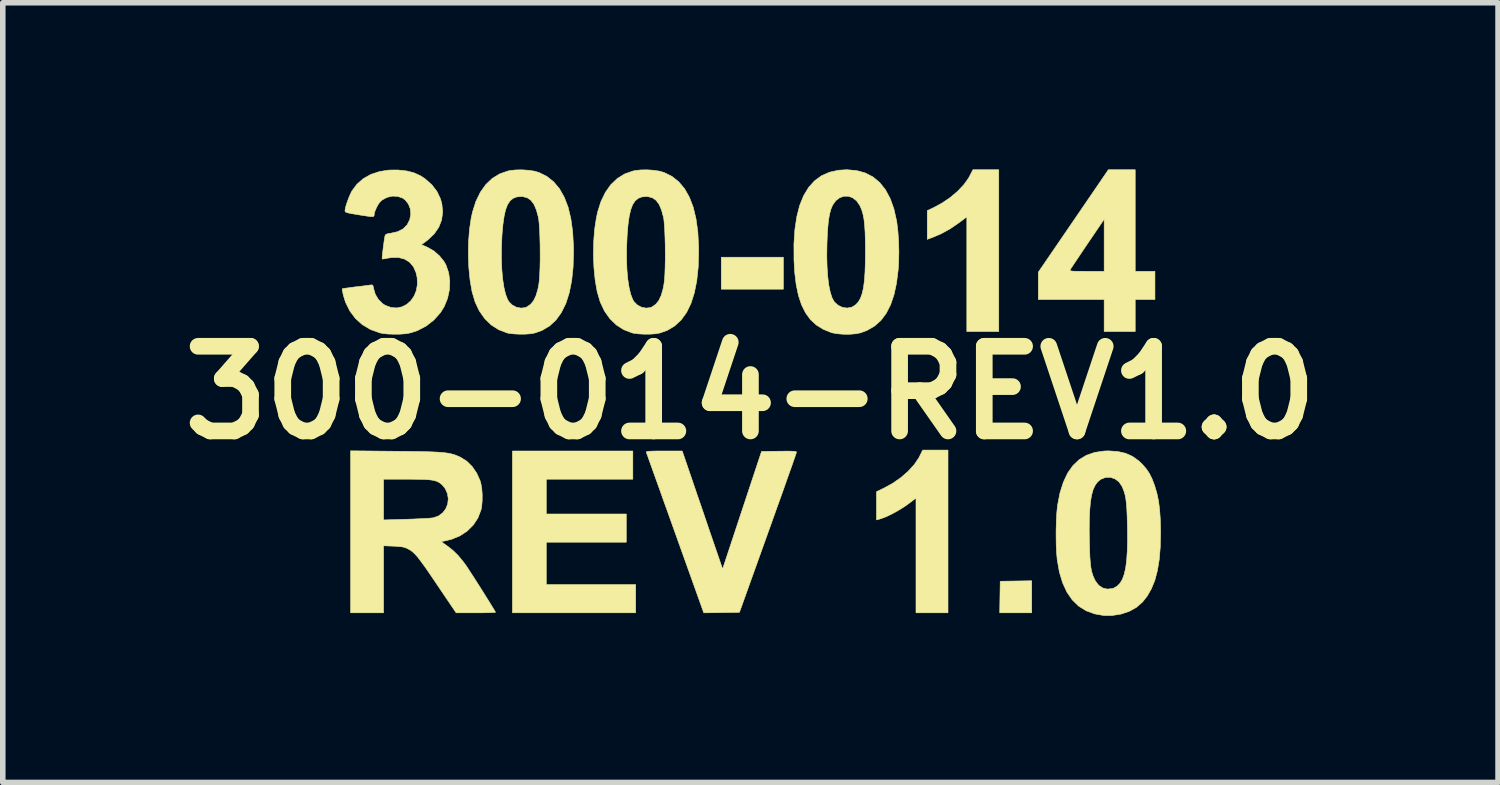
<source format=kicad_pcb>
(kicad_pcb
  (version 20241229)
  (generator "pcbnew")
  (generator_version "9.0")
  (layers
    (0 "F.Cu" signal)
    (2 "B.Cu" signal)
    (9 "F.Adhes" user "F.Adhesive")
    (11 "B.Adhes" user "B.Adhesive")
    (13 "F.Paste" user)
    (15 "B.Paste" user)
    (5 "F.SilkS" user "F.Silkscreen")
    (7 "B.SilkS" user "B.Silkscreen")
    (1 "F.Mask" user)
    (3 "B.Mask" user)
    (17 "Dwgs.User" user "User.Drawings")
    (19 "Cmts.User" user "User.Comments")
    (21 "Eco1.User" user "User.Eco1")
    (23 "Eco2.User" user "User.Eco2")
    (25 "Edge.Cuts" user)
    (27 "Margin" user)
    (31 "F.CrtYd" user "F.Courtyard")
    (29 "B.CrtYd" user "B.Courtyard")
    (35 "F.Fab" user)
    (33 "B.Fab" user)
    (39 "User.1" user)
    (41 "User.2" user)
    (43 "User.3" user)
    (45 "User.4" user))
  (footprint "300-014-REV1.0"
    (layer "F.Cu")
    (at 10.458 4.018)
    (property "Reference" "300-014-REV1.0" (at 0 0 0) (layer "F.SilkS") (effects (font (size 1.524 1.524) (thickness 0.3))))
    (attr through_hole)
    (fp_poly (pts (xy 0.593 -1.863) (xy -0.525 -1.863) (xy -0.525 -2.438) (xy 0.593 -2.438) (xy 0.593 -1.863)) (stroke (width 0.01) (type solid)) (fill yes) (layer "F.SilkS"))
    (fp_poly (pts (xy 5.063 3.962) (xy 4.487 3.962) (xy 4.496 3.395) (xy 5.063 3.386) (xy 5.063 3.962)) (stroke (width 0.01) (type solid)) (fill yes) (layer "F.SilkS"))
    (fp_poly (pts (xy -2.117 1.558) (xy -3.675 1.558) (xy -3.675 2.184) (xy -2.235 2.184) (xy -2.235 2.692) (xy -3.675 2.692) (xy -3.675 3.454) (xy -2.066 3.454) (xy -2.066 3.962) (xy -4.284 3.962) (xy -4.284 1.05) (xy -2.117 1.05) (xy -2.117 1.558)) (stroke (width 0.01) (type solid)) (fill yes) (layer "F.SilkS"))
    (fp_poly (pts (xy 4.47 -1.101) (xy 3.895 -1.101) (xy 3.895 -3.165) (xy 3.755 -3.06) (xy 3.592 -2.948) (xy 3.431 -2.86) (xy 3.295 -2.802) (xy 3.183 -2.76) (xy 3.183 -3.277) (xy 3.298 -3.331) (xy 3.452 -3.415) (xy 3.598 -3.514) (xy 3.729 -3.625) (xy 3.839 -3.741) (xy 3.924 -3.858) (xy 3.946 -3.899) (xy 4.005 -4.013) (xy 4.238 -4.013) (xy 4.47 -4.013) (xy 4.47 -1.101)) (stroke (width 0.01) (type solid)) (fill yes) (layer "F.SilkS"))
    (fp_poly (pts (xy 3.556 3.962) (xy 2.98 3.962) (xy 2.98 1.896) (xy 2.874 1.978) (xy 2.776 2.049) (xy 2.666 2.117) (xy 2.553 2.18) (xy 2.445 2.232) (xy 2.35 2.268) (xy 2.316 2.278) (xy 2.269 2.29) (xy 2.269 1.782) (xy 2.397 1.721) (xy 2.558 1.633) (xy 2.708 1.529) (xy 2.84 1.414) (xy 2.95 1.293) (xy 3.033 1.17) (xy 3.046 1.144) (xy 3.101 1.033) (xy 3.556 1.033) (xy 3.556 3.962)) (stroke (width 0.01) (type solid)) (fill yes) (layer "F.SilkS"))
    (fp_poly (pts (xy 6.926 -4.013) (xy 6.926 -2.184) (xy 7.281 -2.184) (xy 7.281 -1.676) (xy 6.926 -1.676) (xy 6.926 -1.101) (xy 6.367 -1.101) (xy 6.367 -1.676) (xy 5.182 -1.676) (xy 5.182 -2.168) (xy 5.206 -2.204) (xy 5.752 -2.204) (xy 5.756 -2.196) (xy 5.774 -2.191) (xy 5.808 -2.187) (xy 5.864 -2.185) (xy 5.945 -2.185) (xy 6.053 -2.184) (xy 6.367 -2.184) (xy 6.367 -3.122) (xy 6.069 -2.683) (xy 5.995 -2.574) (xy 5.927 -2.472) (xy 5.867 -2.383) (xy 5.817 -2.308) (xy 5.781 -2.253) (xy 5.759 -2.22) (xy 5.755 -2.214) (xy 5.752 -2.204) (xy 5.206 -2.204) (xy 5.812 -3.09) (xy 6.443 -4.013) (xy 6.684 -4.013) (xy 6.926 -4.013)) (stroke (width 0.01) (type solid)) (fill yes) (layer "F.SilkS"))
    (fp_poly (pts (xy -1.228 1.05) (xy -1.018 1.664) (xy -0.963 1.826) (xy -0.903 2) (xy -0.842 2.178) (xy -0.783 2.352) (xy -0.728 2.514) (xy -0.679 2.656) (xy -0.655 2.726) (xy -0.501 3.175) (xy -0.151 2.117) (xy 0.2 1.058) (xy 0.515 1.054) (xy 0.63 1.053) (xy 0.715 1.053) (xy 0.774 1.055) (xy 0.81 1.059) (xy 0.827 1.066) (xy 0.829 1.071) (xy 0.823 1.089) (xy 0.807 1.138) (xy 0.781 1.213) (xy 0.746 1.314) (xy 0.702 1.437) (xy 0.651 1.581) (xy 0.594 1.743) (xy 0.531 1.92) (xy 0.462 2.111) (xy 0.39 2.314) (xy 0.315 2.523) (xy -0.198 3.954) (xy -0.519 3.959) (xy -0.84 3.963) (xy -1.353 2.529) (xy -1.429 2.317) (xy -1.501 2.115) (xy -1.57 1.924) (xy -1.633 1.746) (xy -1.691 1.584) (xy -1.743 1.44) (xy -1.787 1.316) (xy -1.823 1.216) (xy -1.85 1.14) (xy -1.868 1.091) (xy -1.875 1.072) (xy -1.875 1.072) (xy -1.872 1.064) (xy -1.854 1.058) (xy -1.817 1.054) (xy -1.758 1.052) (xy -1.672 1.05) (xy -1.556 1.05) (xy -1.555 1.05) (xy -1.228 1.05)) (stroke (width 0.01) (type solid)) (fill yes) (layer "F.SilkS"))
    (fp_poly (pts (xy 1.909 -3.998) (xy 2.066 -3.955) (xy 2.206 -3.883) (xy 2.327 -3.782) (xy 2.43 -3.653) (xy 2.515 -3.495) (xy 2.582 -3.309) (xy 2.63 -3.095) (xy 2.634 -3.074) (xy 2.654 -2.91) (xy 2.667 -2.725) (xy 2.672 -2.531) (xy 2.668 -2.341) (xy 2.659 -2.21) (xy 2.629 -1.971) (xy 2.584 -1.762) (xy 2.522 -1.581) (xy 2.443 -1.427) (xy 2.348 -1.3) (xy 2.234 -1.199) (xy 2.101 -1.122) (xy 1.982 -1.077) (xy 1.894 -1.06) (xy 1.786 -1.051) (xy 1.67 -1.052) (xy 1.56 -1.061) (xy 1.468 -1.078) (xy 1.453 -1.083) (xy 1.31 -1.141) (xy 1.186 -1.218) (xy 1.08 -1.316) (xy 0.992 -1.437) (xy 0.92 -1.581) (xy 0.864 -1.751) (xy 0.823 -1.948) (xy 0.796 -2.174) (xy 0.784 -2.388) (xy 0.784 -2.473) (xy 1.374 -2.473) (xy 1.379 -2.273) (xy 1.391 -2.093) (xy 1.41 -1.937) (xy 1.437 -1.807) (xy 1.47 -1.705) (xy 1.51 -1.635) (xy 1.51 -1.634) (xy 1.577 -1.573) (xy 1.657 -1.535) (xy 1.742 -1.523) (xy 1.824 -1.539) (xy 1.842 -1.548) (xy 1.897 -1.584) (xy 1.942 -1.633) (xy 1.98 -1.698) (xy 2.01 -1.781) (xy 2.034 -1.884) (xy 2.051 -2.011) (xy 2.062 -2.164) (xy 2.068 -2.345) (xy 2.07 -2.557) (xy 2.07 -2.557) (xy 2.068 -2.736) (xy 2.064 -2.885) (xy 2.056 -3.01) (xy 2.045 -3.113) (xy 2.029 -3.199) (xy 2.009 -3.273) (xy 1.983 -3.339) (xy 1.969 -3.369) (xy 1.911 -3.453) (xy 1.84 -3.508) (xy 1.763 -3.536) (xy 1.683 -3.536) (xy 1.606 -3.509) (xy 1.536 -3.456) (xy 1.48 -3.377) (xy 1.45 -3.307) (xy 1.429 -3.233) (xy 1.413 -3.151) (xy 1.4 -3.055) (xy 1.39 -2.939) (xy 1.382 -2.798) (xy 1.378 -2.692) (xy 1.374 -2.473) (xy 0.784 -2.473) (xy 0.783 -2.677) (xy 0.8 -2.937) (xy 0.835 -3.169) (xy 0.887 -3.372) (xy 0.958 -3.547) (xy 1.047 -3.694) (xy 1.154 -3.813) (xy 1.28 -3.905) (xy 1.423 -3.968) (xy 1.586 -4.004) (xy 1.734 -4.013) (xy 1.909 -3.998)) (stroke (width 0.01) (type solid)) (fill yes) (layer "F.SilkS"))
    (fp_poly (pts (xy -3.996 -4.003) (xy -3.889 -3.987) (xy -3.806 -3.963) (xy -3.665 -3.893) (xy -3.542 -3.795) (xy -3.437 -3.67) (xy -3.351 -3.518) (xy -3.282 -3.338) (xy -3.232 -3.13) (xy -3.2 -2.894) (xy -3.185 -2.629) (xy -3.184 -2.539) (xy -3.192 -2.262) (xy -3.218 -2.015) (xy -3.262 -1.796) (xy -3.323 -1.605) (xy -3.403 -1.443) (xy -3.5 -1.308) (xy -3.616 -1.201) (xy -3.75 -1.121) (xy -3.882 -1.074) (xy -3.961 -1.06) (xy -4.061 -1.053) (xy -4.169 -1.053) (xy -4.273 -1.059) (xy -4.362 -1.071) (xy -4.384 -1.077) (xy -4.533 -1.134) (xy -4.667 -1.22) (xy -4.783 -1.333) (xy -4.88 -1.471) (xy -4.956 -1.632) (xy -5.01 -1.815) (xy -5.011 -1.82) (xy -5.047 -2.027) (xy -5.069 -2.251) (xy -5.075 -2.401) (xy -4.482 -2.401) (xy -4.475 -2.213) (xy -4.46 -2.044) (xy -4.437 -1.896) (xy -4.408 -1.773) (xy -4.372 -1.679) (xy -4.348 -1.637) (xy -4.288 -1.578) (xy -4.213 -1.538) (xy -4.131 -1.522) (xy -4.053 -1.531) (xy -4.025 -1.543) (xy -3.957 -1.59) (xy -3.903 -1.656) (xy -3.86 -1.746) (xy -3.826 -1.862) (xy -3.808 -1.956) (xy -3.799 -2.03) (xy -3.793 -2.131) (xy -3.788 -2.25) (xy -3.785 -2.383) (xy -3.785 -2.524) (xy -3.786 -2.665) (xy -3.79 -2.801) (xy -3.795 -2.926) (xy -3.802 -3.034) (xy -3.81 -3.117) (xy -3.817 -3.157) (xy -3.853 -3.289) (xy -3.897 -3.391) (xy -3.951 -3.463) (xy -4.017 -3.508) (xy -4.096 -3.529) (xy -4.132 -3.531) (xy -4.209 -3.523) (xy -4.274 -3.497) (xy -4.328 -3.452) (xy -4.372 -3.385) (xy -4.407 -3.293) (xy -4.434 -3.175) (xy -4.455 -3.028) (xy -4.471 -2.851) (xy -4.473 -2.818) (xy -4.482 -2.603) (xy -4.482 -2.401) (xy -5.075 -2.401) (xy -5.078 -2.483) (xy -5.074 -2.714) (xy -5.057 -2.937) (xy -5.027 -3.141) (xy -5.003 -3.25) (xy -4.942 -3.442) (xy -4.862 -3.607) (xy -4.764 -3.745) (xy -4.649 -3.855) (xy -4.516 -3.937) (xy -4.368 -3.989) (xy -4.326 -3.998) (xy -4.226 -4.009) (xy -4.112 -4.011) (xy -3.996 -4.003)) (stroke (width 0.01) (type solid)) (fill yes) (layer "F.SilkS"))
    (fp_poly (pts (xy -1.744 -4.003) (xy -1.637 -3.987) (xy -1.554 -3.963) (xy -1.413 -3.893) (xy -1.29 -3.795) (xy -1.185 -3.67) (xy -1.099 -3.518) (xy -1.03 -3.338) (xy -0.98 -3.13) (xy -0.947 -2.894) (xy -0.933 -2.629) (xy -0.932 -2.539) (xy -0.94 -2.262) (xy -0.966 -2.015) (xy -1.01 -1.796) (xy -1.071 -1.605) (xy -1.15 -1.443) (xy -1.248 -1.308) (xy -1.364 -1.201) (xy -1.497 -1.121) (xy -1.63 -1.074) (xy -1.709 -1.06) (xy -1.809 -1.053) (xy -1.917 -1.053) (xy -2.021 -1.059) (xy -2.109 -1.071) (xy -2.132 -1.077) (xy -2.281 -1.134) (xy -2.415 -1.22) (xy -2.531 -1.333) (xy -2.628 -1.471) (xy -2.704 -1.632) (xy -2.758 -1.815) (xy -2.759 -1.82) (xy -2.795 -2.027) (xy -2.817 -2.251) (xy -2.823 -2.401) (xy -2.23 -2.401) (xy -2.223 -2.213) (xy -2.208 -2.044) (xy -2.185 -1.896) (xy -2.156 -1.773) (xy -2.12 -1.679) (xy -2.095 -1.637) (xy -2.036 -1.578) (xy -1.961 -1.538) (xy -1.879 -1.522) (xy -1.801 -1.531) (xy -1.773 -1.543) (xy -1.705 -1.59) (xy -1.651 -1.656) (xy -1.608 -1.746) (xy -1.574 -1.862) (xy -1.556 -1.956) (xy -1.547 -2.03) (xy -1.54 -2.131) (xy -1.536 -2.25) (xy -1.533 -2.383) (xy -1.533 -2.524) (xy -1.534 -2.665) (xy -1.538 -2.801) (xy -1.543 -2.926) (xy -1.55 -3.034) (xy -1.558 -3.117) (xy -1.565 -3.157) (xy -1.601 -3.289) (xy -1.645 -3.391) (xy -1.699 -3.463) (xy -1.765 -3.508) (xy -1.844 -3.529) (xy -1.88 -3.531) (xy -1.957 -3.523) (xy -2.022 -3.497) (xy -2.076 -3.452) (xy -2.12 -3.385) (xy -2.155 -3.293) (xy -2.182 -3.175) (xy -2.203 -3.028) (xy -2.218 -2.851) (xy -2.22 -2.818) (xy -2.229 -2.603) (xy -2.23 -2.401) (xy -2.823 -2.401) (xy -2.826 -2.483) (xy -2.822 -2.714) (xy -2.805 -2.937) (xy -2.774 -3.141) (xy -2.751 -3.25) (xy -2.69 -3.442) (xy -2.61 -3.607) (xy -2.512 -3.745) (xy -2.396 -3.855) (xy -2.264 -3.937) (xy -2.116 -3.989) (xy -2.074 -3.998) (xy -1.974 -4.009) (xy -1.86 -4.011) (xy -1.744 -4.003)) (stroke (width 0.01) (type solid)) (fill yes) (layer "F.SilkS"))
    (fp_poly (pts (xy 6.609 1.059) (xy 6.752 1.091) (xy 6.877 1.147) (xy 6.991 1.229) (xy 7.054 1.29) (xy 7.126 1.372) (xy 7.182 1.456) (xy 7.229 1.551) (xy 7.274 1.668) (xy 7.279 1.685) (xy 7.318 1.818) (xy 7.347 1.958) (xy 7.366 2.113) (xy 7.378 2.288) (xy 7.383 2.489) (xy 7.383 2.525) (xy 7.377 2.78) (xy 7.358 3.005) (xy 7.325 3.204) (xy 7.279 3.378) (xy 7.217 3.53) (xy 7.141 3.663) (xy 7.056 3.77) (xy 6.948 3.864) (xy 6.819 3.936) (xy 6.673 3.985) (xy 6.517 4.01) (xy 6.355 4.01) (xy 6.196 3.982) (xy 6.043 3.926) (xy 5.908 3.842) (xy 5.793 3.73) (xy 5.697 3.591) (xy 5.62 3.424) (xy 5.561 3.229) (xy 5.522 3.006) (xy 5.521 2.997) (xy 5.511 2.883) (xy 5.504 2.747) (xy 5.502 2.597) (xy 5.502 2.475) (xy 6.098 2.475) (xy 6.101 2.663) (xy 6.105 2.823) (xy 6.11 2.954) (xy 6.118 3.061) (xy 6.128 3.148) (xy 6.142 3.22) (xy 6.161 3.283) (xy 6.184 3.339) (xy 6.209 3.389) (xy 6.267 3.466) (xy 6.341 3.516) (xy 6.425 3.536) (xy 6.515 3.526) (xy 6.543 3.516) (xy 6.603 3.481) (xy 6.653 3.43) (xy 6.695 3.36) (xy 6.728 3.269) (xy 6.754 3.155) (xy 6.772 3.017) (xy 6.783 2.851) (xy 6.788 2.657) (xy 6.786 2.431) (xy 6.785 2.392) (xy 6.781 2.235) (xy 6.776 2.107) (xy 6.768 2.003) (xy 6.758 1.918) (xy 6.745 1.846) (xy 6.727 1.783) (xy 6.704 1.723) (xy 6.687 1.684) (xy 6.634 1.606) (xy 6.563 1.552) (xy 6.482 1.525) (xy 6.396 1.525) (xy 6.313 1.556) (xy 6.295 1.567) (xy 6.245 1.611) (xy 6.203 1.67) (xy 6.168 1.746) (xy 6.141 1.843) (xy 6.121 1.961) (xy 6.108 2.105) (xy 6.1 2.275) (xy 6.098 2.475) (xy 5.502 2.475) (xy 5.503 2.443) (xy 5.507 2.293) (xy 5.515 2.157) (xy 5.526 2.044) (xy 5.529 2.024) (xy 5.572 1.803) (xy 5.633 1.611) (xy 5.71 1.447) (xy 5.805 1.313) (xy 5.917 1.206) (xy 6.048 1.127) (xy 6.198 1.075) (xy 6.366 1.051) (xy 6.443 1.048) (xy 6.609 1.059)) (stroke (width 0.01) (type solid)) (fill yes) (layer "F.SilkS"))
    (fp_poly (pts (xy -6.38 1.055) (xy -6.174 1.057) (xy -5.998 1.059) (xy -5.85 1.062) (xy -5.727 1.066) (xy -5.624 1.071) (xy -5.539 1.078) (xy -5.468 1.086) (xy -5.408 1.096) (xy -5.356 1.109) (xy -5.309 1.124) (xy -5.264 1.143) (xy -5.219 1.163) (xy -5.106 1.234) (xy -5.007 1.332) (xy -4.926 1.451) (xy -4.866 1.586) (xy -4.852 1.635) (xy -4.836 1.727) (xy -4.828 1.836) (xy -4.829 1.949) (xy -4.838 2.052) (xy -4.85 2.111) (xy -4.905 2.254) (xy -4.988 2.381) (xy -5.096 2.489) (xy -5.227 2.576) (xy -5.377 2.638) (xy -5.464 2.66) (xy -5.568 2.682) (xy -5.454 2.762) (xy -5.354 2.84) (xy -5.261 2.932) (xy -5.168 3.045) (xy -5.122 3.107) (xy -5.096 3.146) (xy -5.057 3.206) (xy -5.008 3.281) (xy -4.952 3.368) (xy -4.893 3.461) (xy -4.831 3.558) (xy -4.772 3.653) (xy -4.716 3.742) (xy -4.667 3.821) (xy -4.628 3.885) (xy -4.601 3.93) (xy -4.589 3.952) (xy -4.589 3.953) (xy -4.605 3.956) (xy -4.65 3.958) (xy -4.719 3.96) (xy -4.807 3.962) (xy -4.909 3.962) (xy -4.943 3.962) (xy -5.298 3.962) (xy -5.598 3.518) (xy -5.701 3.366) (xy -5.787 3.239) (xy -5.859 3.135) (xy -5.92 3.052) (xy -5.97 2.985) (xy -6.012 2.934) (xy -6.049 2.895) (xy -6.082 2.865) (xy -6.113 2.841) (xy -6.146 2.822) (xy -6.149 2.82) (xy -6.194 2.797) (xy -6.237 2.782) (xy -6.286 2.773) (xy -6.352 2.767) (xy -6.422 2.763) (xy -6.604 2.756) (xy -6.604 3.359) (xy -6.604 3.962) (xy -7.197 3.962) (xy -7.197 1.558) (xy -6.604 1.558) (xy -6.604 2.291) (xy -6.193 2.279) (xy -6.074 2.275) (xy -5.963 2.27) (xy -5.864 2.265) (xy -5.785 2.26) (xy -5.73 2.255) (xy -5.711 2.253) (xy -5.616 2.22) (xy -5.539 2.163) (xy -5.483 2.089) (xy -5.449 2.002) (xy -5.439 1.909) (xy -5.454 1.815) (xy -5.495 1.725) (xy -5.543 1.666) (xy -5.576 1.636) (xy -5.612 1.612) (xy -5.653 1.593) (xy -5.704 1.579) (xy -5.77 1.569) (xy -5.854 1.563) (xy -5.961 1.56) (xy -6.095 1.558) (xy -6.198 1.558) (xy -6.604 1.558) (xy -7.197 1.558) (xy -7.197 1.047) (xy -6.38 1.055)) (stroke (width 0.01) (type solid)) (fill yes) (layer "F.SilkS"))
    (fp_poly (pts (xy -6.189 -3.991) (xy -6.058 -3.958) (xy -5.941 -3.905) (xy -5.861 -3.853) (xy -5.737 -3.744) (xy -5.644 -3.624) (xy -5.58 -3.49) (xy -5.554 -3.395) (xy -5.54 -3.25) (xy -5.559 -3.11) (xy -5.609 -2.98) (xy -5.691 -2.86) (xy -5.802 -2.754) (xy -5.823 -2.737) (xy -5.923 -2.664) (xy -5.812 -2.616) (xy -5.7 -2.552) (xy -5.598 -2.463) (xy -5.515 -2.36) (xy -5.48 -2.297) (xy -5.432 -2.158) (xy -5.412 -2.007) (xy -5.419 -1.852) (xy -5.452 -1.698) (xy -5.511 -1.552) (xy -5.578 -1.443) (xy -5.698 -1.308) (xy -5.839 -1.198) (xy -5.997 -1.116) (xy -6.121 -1.076) (xy -6.204 -1.061) (xy -6.308 -1.053) (xy -6.421 -1.052) (xy -6.531 -1.056) (xy -6.627 -1.067) (xy -6.672 -1.077) (xy -6.839 -1.137) (xy -6.986 -1.224) (xy -7.111 -1.337) (xy -7.212 -1.472) (xy -7.289 -1.628) (xy -7.326 -1.749) (xy -7.339 -1.806) (xy -7.347 -1.85) (xy -7.348 -1.869) (xy -7.347 -1.87) (xy -7.329 -1.874) (xy -7.283 -1.881) (xy -7.217 -1.89) (xy -7.136 -1.901) (xy -7.112 -1.904) (xy -7.024 -1.914) (xy -6.944 -1.924) (xy -6.881 -1.932) (xy -6.843 -1.938) (xy -6.839 -1.938) (xy -6.81 -1.94) (xy -6.795 -1.927) (xy -6.786 -1.891) (xy -6.783 -1.873) (xy -6.753 -1.771) (xy -6.697 -1.678) (xy -6.622 -1.603) (xy -6.572 -1.571) (xy -6.468 -1.533) (xy -6.366 -1.525) (xy -6.271 -1.545) (xy -6.186 -1.589) (xy -6.112 -1.655) (xy -6.054 -1.739) (xy -6.014 -1.838) (xy -5.995 -1.949) (xy -5.999 -2.069) (xy -6.019 -2.16) (xy -6.066 -2.267) (xy -6.135 -2.348) (xy -6.224 -2.404) (xy -6.331 -2.432) (xy -6.456 -2.433) (xy -6.537 -2.42) (xy -6.586 -2.41) (xy -6.621 -2.406) (xy -6.629 -2.407) (xy -6.629 -2.425) (xy -6.626 -2.469) (xy -6.619 -2.53) (xy -6.611 -2.601) (xy -6.601 -2.674) (xy -6.592 -2.742) (xy -6.583 -2.796) (xy -6.578 -2.822) (xy -6.568 -2.843) (xy -6.543 -2.857) (xy -6.495 -2.867) (xy -6.473 -2.87) (xy -6.35 -2.898) (xy -6.252 -2.948) (xy -6.18 -3.02) (xy -6.132 -3.114) (xy -6.114 -3.213) (xy -6.123 -3.31) (xy -6.157 -3.397) (xy -6.214 -3.469) (xy -6.258 -3.501) (xy -6.347 -3.533) (xy -6.445 -3.538) (xy -6.541 -3.516) (xy -6.627 -3.47) (xy -6.666 -3.435) (xy -6.701 -3.388) (xy -6.734 -3.326) (xy -6.76 -3.263) (xy -6.773 -3.212) (xy -6.773 -3.205) (xy -6.774 -3.187) (xy -6.78 -3.176) (xy -6.795 -3.17) (xy -6.825 -3.169) (xy -6.873 -3.174) (xy -6.945 -3.185) (xy -7.045 -3.2) (xy -7.065 -3.204) (xy -7.158 -3.219) (xy -7.222 -3.231) (xy -7.263 -3.241) (xy -7.286 -3.251) (xy -7.296 -3.263) (xy -7.298 -3.278) (xy -7.298 -3.278) (xy -7.291 -3.323) (xy -7.273 -3.388) (xy -7.247 -3.463) (xy -7.217 -3.539) (xy -7.186 -3.607) (xy -7.171 -3.634) (xy -7.081 -3.754) (xy -6.968 -3.853) (xy -6.832 -3.929) (xy -6.677 -3.98) (xy -6.507 -4.007) (xy -6.343 -4.008) (xy -6.189 -3.991)) (stroke (width 0.01) (type solid)) (fill yes) (layer "F.SilkS")))
  (gr_rect
    (start -3 -3)
    (end 23.915 11.034)
    (stroke (width 0.1) (type default))
    (fill no)
    (layer "Edge.Cuts")))
</source>
